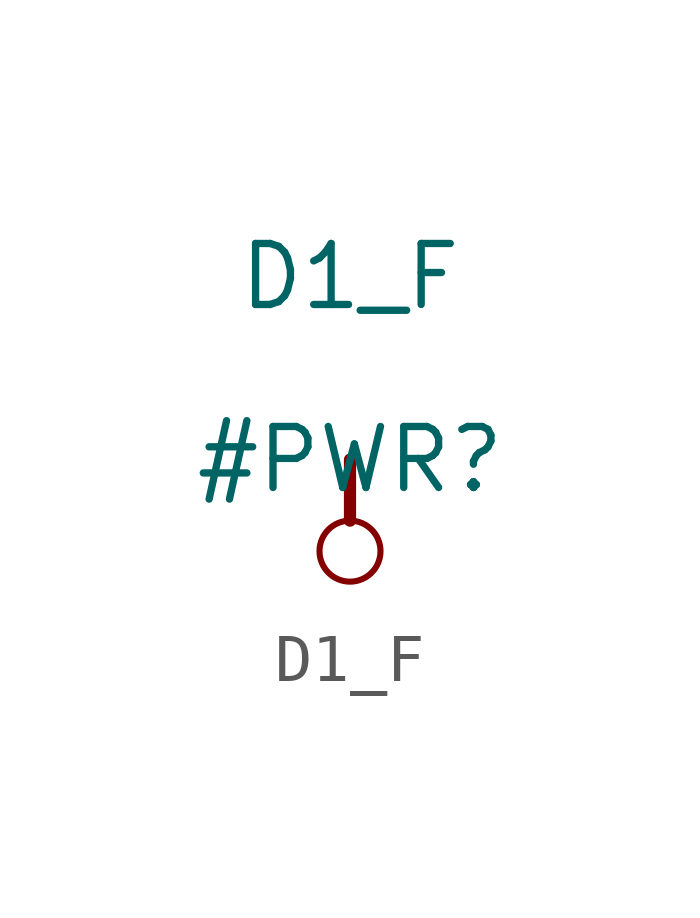
<source format=kicad_sym>
(kicad_symbol_lib
  (version 20211014)
  (generator kicad_symbol_editor)
  (symbol "D1_F"
    (power)
    (property "Reference" "#PWR"
      (at 0 0 0)
      (effects (font (size 1.27 1.27))))
    (property "Value" "D1_F"
      (at 0 3.81 0)
      (effects (font (size 1.27 1.27))))
    (symbol "D1_F_0_0"
      (circle (center 0 -1.905) (radius 0.635) (stroke (width 0.127) (type default) (color 0 0 0 0)) (fill (type none)))
      (polyline (pts (xy 0 0) (xy 0 -1.27)) (stroke (width 0.254) (type default) (color 0 0 0 0)) (fill (type none)))
      (pin power_in line (at 0 0 0) (length 0) hide (name "D1_F" (effects (font (size 1.27 1.27)))) (number "" (effects (font (size 1.27 1.27))))))))
</source>
